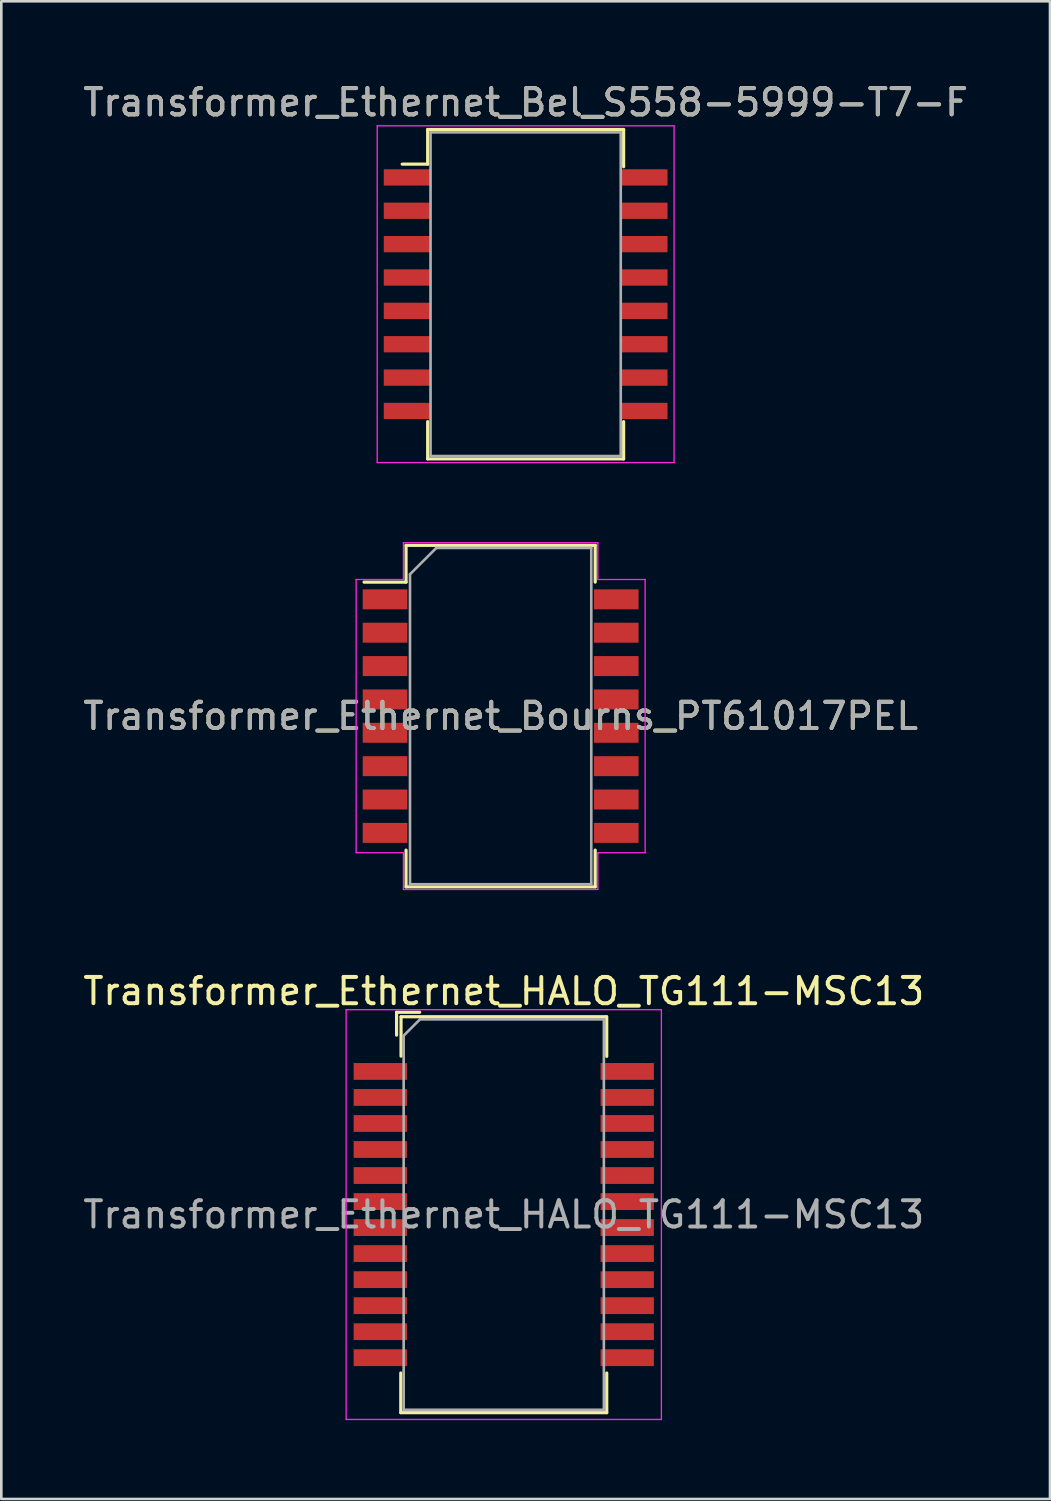
<source format=kicad_pcb>
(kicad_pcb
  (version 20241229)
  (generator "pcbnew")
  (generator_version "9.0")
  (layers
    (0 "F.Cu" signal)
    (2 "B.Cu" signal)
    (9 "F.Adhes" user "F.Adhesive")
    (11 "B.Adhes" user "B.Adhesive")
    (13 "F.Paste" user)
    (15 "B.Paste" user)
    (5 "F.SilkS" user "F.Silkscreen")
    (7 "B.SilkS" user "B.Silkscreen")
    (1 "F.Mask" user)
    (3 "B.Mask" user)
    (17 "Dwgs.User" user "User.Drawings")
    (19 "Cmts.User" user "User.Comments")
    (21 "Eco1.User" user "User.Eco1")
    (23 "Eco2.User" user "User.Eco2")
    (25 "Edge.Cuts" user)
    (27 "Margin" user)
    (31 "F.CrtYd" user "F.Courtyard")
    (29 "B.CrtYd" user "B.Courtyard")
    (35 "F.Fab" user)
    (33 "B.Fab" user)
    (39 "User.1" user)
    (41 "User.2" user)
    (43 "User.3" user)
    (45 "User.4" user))
  (footprint "Transformer_Ethernet_HALO_TG111-MSC13"
    (layer "F.Cu")
    (at 16.125 43.181)
    (property "Reference" "Transformer_Ethernet_HALO_TG111-MSC13" (at 0 -8.5 0) (layer "F.SilkS") (effects (font (size 1 1) (thickness 0.15))))
    (attr smd)
    (fp_line (start -4.08 -7.7) (end -4.08 -6.83) (stroke (width 0.12) (type solid)) (layer "F.SilkS"))
    (fp_line (start -3.92 6.03) (end -3.92 7.54) (stroke (width 0.12) (type solid)) (layer "F.SilkS"))
    (fp_line (start -3.92 7.54) (end 3.92 7.54) (stroke (width 0.12) (type solid)) (layer "F.SilkS"))
    (fp_line (start -3.91 -7.53) (end -3.91 -6.03) (stroke (width 0.12) (type solid)) (layer "F.SilkS"))
    (fp_line (start -3.91 -7.53) (end 3.91 -7.53) (stroke (width 0.12) (type solid)) (layer "F.SilkS"))
    (fp_line (start -3.2 -7.7) (end -4.08 -7.7) (stroke (width 0.12) (type solid)) (layer "F.SilkS"))
    (fp_line (start 3.92 -7.53) (end 3.92 -6.02) (stroke (width 0.12) (type solid)) (layer "F.SilkS"))
    (fp_line (start 3.92 6.03) (end 3.92 7.54) (stroke (width 0.12) (type solid)) (layer "F.SilkS"))
    (fp_line (start -6 7.8) (end -6 -7.8) (stroke (width 0.05) (type solid)) (layer "F.CrtYd"))
    (fp_line (start -6 7.8) (end 6 7.8) (stroke (width 0.05) (type solid)) (layer "F.CrtYd"))
    (fp_line (start 6 -7.8) (end -6 -7.8) (stroke (width 0.05) (type solid)) (layer "F.CrtYd"))
    (fp_line (start 6 7.8) (end 6 -7.8) (stroke (width 0.05) (type solid)) (layer "F.CrtYd"))
    (fp_line (start -3.81 7.43) (end -3.81 -6.81) (stroke (width 0.1) (type solid)) (layer "F.Fab"))
    (fp_line (start -3.81 7.43) (end 3.81 7.43) (stroke (width 0.1) (type solid)) (layer "F.Fab"))
    (fp_line (start -3.19 -7.43) (end -3.81 -6.81) (stroke (width 0.1) (type solid)) (layer "F.Fab"))
    (fp_line (start -3.19 -7.43) (end 3.81 -7.43) (stroke (width 0.1) (type solid)) (layer "F.Fab"))
    (fp_line (start 3.81 7.43) (end 3.81 -7.43) (stroke (width 0.1) (type solid)) (layer "F.Fab"))
    (fp_text user "${REFERENCE}" (at 0 0 0) (layer "F.Fab") (effects (font (size 1 1) (thickness 0.15))))
    (pad "1" smd rect (at -4.699 -5.448 270) (size 0.64 2.03) (layers "F.Cu" "F.Mask" "F.Paste"))
    (pad "2" smd rect (at -4.699 -4.458 270) (size 0.64 2.03) (layers "F.Cu" "F.Mask" "F.Paste"))
    (pad "3" smd rect (at -4.699 -3.467 270) (size 0.64 2.03) (layers "F.Cu" "F.Mask" "F.Paste"))
    (pad "4" smd rect (at -4.699 -2.477 270) (size 0.64 2.03) (layers "F.Cu" "F.Mask" "F.Paste"))
    (pad "5" smd rect (at -4.699 -1.486 270) (size 0.64 2.03) (layers "F.Cu" "F.Mask" "F.Paste"))
    (pad "6" smd rect (at -4.699 -0.495 270) (size 0.64 2.03) (layers "F.Cu" "F.Mask" "F.Paste"))
    (pad "7" smd rect (at -4.699 0.495 270) (size 0.64 2.03) (layers "F.Cu" "F.Mask" "F.Paste"))
    (pad "8" smd rect (at -4.699 1.486 270) (size 0.64 2.03) (layers "F.Cu" "F.Mask" "F.Paste"))
    (pad "9" smd rect (at -4.699 2.477 270) (size 0.64 2.03) (layers "F.Cu" "F.Mask" "F.Paste"))
    (pad "10" smd rect (at -4.699 3.467 270) (size 0.64 2.03) (layers "F.Cu" "F.Mask" "F.Paste"))
    (pad "11" smd rect (at -4.699 4.458 270) (size 0.64 2.03) (layers "F.Cu" "F.Mask" "F.Paste"))
    (pad "12" smd rect (at -4.699 5.448 270) (size 0.64 2.03) (layers "F.Cu" "F.Mask" "F.Paste"))
    (pad "13" smd rect (at 4.699 5.448 270) (size 0.64 2.03) (layers "F.Cu" "F.Mask" "F.Paste"))
    (pad "14" smd rect (at 4.699 4.458 270) (size 0.64 2.03) (layers "F.Cu" "F.Mask" "F.Paste"))
    (pad "15" smd rect (at 4.699 3.467 270) (size 0.64 2.03) (layers "F.Cu" "F.Mask" "F.Paste"))
    (pad "16" smd rect (at 4.699 2.477 270) (size 0.64 2.03) (layers "F.Cu" "F.Mask" "F.Paste"))
    (pad "17" smd rect (at 4.699 1.486 270) (size 0.64 2.03) (layers "F.Cu" "F.Mask" "F.Paste"))
    (pad "18" smd rect (at 4.699 0.495 270) (size 0.64 2.03) (layers "F.Cu" "F.Mask" "F.Paste"))
    (pad "19" smd rect (at 4.699 -0.495 270) (size 0.64 2.03) (layers "F.Cu" "F.Mask" "F.Paste"))
    (pad "20" smd rect (at 4.699 -1.486 270) (size 0.64 2.03) (layers "F.Cu" "F.Mask" "F.Paste"))
    (pad "21" smd rect (at 4.699 -2.477 270) (size 0.64 2.03) (layers "F.Cu" "F.Mask" "F.Paste"))
    (pad "22" smd rect (at 4.699 -3.467 270) (size 0.64 2.03) (layers "F.Cu" "F.Mask" "F.Paste"))
    (pad "23" smd rect (at 4.699 -4.458 270) (size 0.64 2.03) (layers "F.Cu" "F.Mask" "F.Paste"))
    (pad "24" smd rect (at 4.699 -5.448 270) (size 0.64 2.03) (layers "F.Cu" "F.Mask" "F.Paste")))
  (footprint "Transformer_Ethernet_Bel_S558-5999-T7-F"
    (layer "F.Cu")
    (at 16.958 8.148)
    (property "Reference" "Transformer_Ethernet_Bel_S558-5999-T7-F" (at 0 -7.3 0) (layer "F.SilkS") (effects (font (size 1 1) (thickness 0.15))))
    (attr smd)
    (fp_line (start -4.7 -4.95) (end -3.73 -4.95) (stroke (width 0.12) (type solid)) (layer "F.SilkS"))
    (fp_line (start -3.73 -6.27) (end -3.73 -4.95) (stroke (width 0.12) (type solid)) (layer "F.SilkS"))
    (fp_line (start -3.73 -6.27) (end 3.73 -6.27) (stroke (width 0.12) (type solid)) (layer "F.SilkS"))
    (fp_line (start -3.73 6.27) (end -3.73 4.85) (stroke (width 0.12) (type solid)) (layer "F.SilkS"))
    (fp_line (start -3.73 6.27) (end 3.73 6.27) (stroke (width 0.12) (type solid)) (layer "F.SilkS"))
    (fp_line (start 3.73 -6.27) (end 3.73 -4.85) (stroke (width 0.12) (type solid)) (layer "F.SilkS"))
    (fp_line (start 3.73 6.27) (end 3.73 4.85) (stroke (width 0.12) (type solid)) (layer "F.SilkS"))
    (fp_line (start -5.65 -6.41) (end -5.65 6.41) (stroke (width 0.05) (type solid)) (layer "F.CrtYd"))
    (fp_line (start -5.65 -6.41) (end 5.65 -6.41) (stroke (width 0.05) (type solid)) (layer "F.CrtYd"))
    (fp_line (start -5.65 6.41) (end 5.65 6.41) (stroke (width 0.05) (type solid)) (layer "F.CrtYd"))
    (fp_line (start 5.65 -6.41) (end 5.65 6.41) (stroke (width 0.05) (type solid)) (layer "F.CrtYd"))
    (fp_line (start -3.62 -6.16) (end -3.62 6.16) (stroke (width 0.1) (type solid)) (layer "F.Fab"))
    (fp_line (start -3.62 -6.16) (end 3.62 -6.16) (stroke (width 0.1) (type solid)) (layer "F.Fab"))
    (fp_line (start -3.62 6.16) (end 3.62 6.16) (stroke (width 0.1) (type solid)) (layer "F.Fab"))
    (fp_line (start 3.62 -6.16) (end 3.62 6.16) (stroke (width 0.1) (type solid)) (layer "F.Fab"))
    (fp_text user "${REFERENCE}" (at 0 -7.3 0) (layer "F.Fab") (effects (font (size 1 1) (thickness 0.15))))
    (pad "1" smd rect (at -4.51 -4.445) (size 1.78 0.62) (layers "F.Cu" "F.Mask" "F.Paste"))
    (pad "2" smd rect (at -4.51 -3.175) (size 1.78 0.62) (layers "F.Cu" "F.Mask" "F.Paste"))
    (pad "3" smd rect (at -4.51 -1.905) (size 1.78 0.62) (layers "F.Cu" "F.Mask" "F.Paste"))
    (pad "4" smd rect (at -4.51 -0.635) (size 1.78 0.62) (layers "F.Cu" "F.Mask" "F.Paste"))
    (pad "5" smd rect (at -4.51 0.635) (size 1.78 0.62) (layers "F.Cu" "F.Mask" "F.Paste"))
    (pad "6" smd rect (at -4.51 1.905) (size 1.78 0.62) (layers "F.Cu" "F.Mask" "F.Paste"))
    (pad "7" smd rect (at -4.51 3.175) (size 1.78 0.62) (layers "F.Cu" "F.Mask" "F.Paste"))
    (pad "8" smd rect (at -4.51 4.445) (size 1.78 0.62) (layers "F.Cu" "F.Mask" "F.Paste"))
    (pad "9" smd rect (at 4.51 4.445) (size 1.78 0.62) (layers "F.Cu" "F.Mask" "F.Paste"))
    (pad "10" smd rect (at 4.51 3.175) (size 1.78 0.62) (layers "F.Cu" "F.Mask" "F.Paste"))
    (pad "11" smd rect (at 4.51 1.905) (size 1.78 0.62) (layers "F.Cu" "F.Mask" "F.Paste"))
    (pad "12" smd rect (at 4.51 0.635) (size 1.78 0.62) (layers "F.Cu" "F.Mask" "F.Paste"))
    (pad "13" smd rect (at 4.51 -0.635) (size 1.78 0.62) (layers "F.Cu" "F.Mask" "F.Paste"))
    (pad "14" smd rect (at 4.51 -1.905) (size 1.78 0.62) (layers "F.Cu" "F.Mask" "F.Paste"))
    (pad "15" smd rect (at 4.51 -3.175) (size 1.78 0.62) (layers "F.Cu" "F.Mask" "F.Paste"))
    (pad "16" smd rect (at 4.51 -4.445) (size 1.78 0.62) (layers "F.Cu" "F.Mask" "F.Paste")))
  (footprint "Transformer_Ethernet_Bourns_PT61017PEL"
    (layer "F.Cu")
    (at 16.006 24.208)
    (property "Reference" "Transformer_Ethernet_Bourns_PT61017PEL" (at 0 0 0) (layer "F.SilkS") (effects (font (size 1 1) (thickness 0.15))))
    (attr smd)
    (fp_line (start -5.2 -5.1) (end -3.6 -5.1) (stroke (width 0.12) (type solid)) (layer "F.SilkS"))
    (fp_line (start -3.6 -6.5) (end 3.6 -6.5) (stroke (width 0.12) (type solid)) (layer "F.SilkS"))
    (fp_line (start -3.6 -5.1) (end -3.6 -6.5) (stroke (width 0.12) (type solid)) (layer "F.SilkS"))
    (fp_line (start -3.6 5.1) (end -3.6 6.5) (stroke (width 0.12) (type solid)) (layer "F.SilkS"))
    (fp_line (start -3.6 6.5) (end 3.6 6.5) (stroke (width 0.12) (type solid)) (layer "F.SilkS"))
    (fp_line (start 3.6 -6.5) (end 3.6 -5.1) (stroke (width 0.12) (type solid)) (layer "F.SilkS"))
    (fp_line (start 3.6 6.5) (end 3.6 5.1) (stroke (width 0.12) (type solid)) (layer "F.SilkS"))
    (fp_line (start -5.5 -5.2) (end -5.5 5.2) (stroke (width 0.05) (type solid)) (layer "F.CrtYd"))
    (fp_line (start -5.5 5.2) (end -3.7 5.2) (stroke (width 0.05) (type solid)) (layer "F.CrtYd"))
    (fp_line (start -3.7 -6.6) (end 3.7 -6.6) (stroke (width 0.05) (type solid)) (layer "F.CrtYd"))
    (fp_line (start -3.7 -5.2) (end -5.5 -5.2) (stroke (width 0.05) (type solid)) (layer "F.CrtYd"))
    (fp_line (start -3.7 -5.2) (end -3.7 -6.6) (stroke (width 0.05) (type solid)) (layer "F.CrtYd"))
    (fp_line (start -3.7 5.2) (end -3.7 6.6) (stroke (width 0.05) (type solid)) (layer "F.CrtYd"))
    (fp_line (start -3.7 6.6) (end 3.7 6.6) (stroke (width 0.05) (type solid)) (layer "F.CrtYd"))
    (fp_line (start 3.7 -5.2) (end 3.7 -6.6) (stroke (width 0.05) (type solid)) (layer "F.CrtYd"))
    (fp_line (start 3.7 5.2) (end 5.5 5.2) (stroke (width 0.05) (type solid)) (layer "F.CrtYd"))
    (fp_line (start 3.7 6.6) (end 3.7 5.2) (stroke (width 0.05) (type solid)) (layer "F.CrtYd"))
    (fp_line (start 5.5 -5.2) (end 3.7 -5.2) (stroke (width 0.05) (type solid)) (layer "F.CrtYd"))
    (fp_line (start 5.5 5.2) (end 5.5 -5.2) (stroke (width 0.05) (type solid)) (layer "F.CrtYd"))
    (fp_line (start -3.45 -5.4) (end -3.45 6.4) (stroke (width 0.1) (type solid)) (layer "F.Fab"))
    (fp_line (start -3.45 6.4) (end 3.45 6.4) (stroke (width 0.1) (type solid)) (layer "F.Fab"))
    (fp_line (start -2.45 -6.4) (end -3.45 -5.4) (stroke (width 0.1) (type solid)) (layer "F.Fab"))
    (fp_line (start 3.45 -6.4) (end -2.45 -6.4) (stroke (width 0.1) (type solid)) (layer "F.Fab"))
    (fp_line (start 3.45 6.4) (end 3.45 -6.4) (stroke (width 0.1) (type solid)) (layer "F.Fab"))
    (fp_text user "${REFERENCE}" (at 0 0 0) (layer "F.Fab") (effects (font (size 1 1) (thickness 0.15))))
    (pad "1" smd rect (at -4.4 -4.445) (size 1.7 0.76) (layers "F.Cu" "F.Mask" "F.Paste"))
    (pad "2" smd rect (at -4.4 -3.175) (size 1.7 0.76) (layers "F.Cu" "F.Mask" "F.Paste"))
    (pad "3" smd rect (at -4.4 -1.905) (size 1.7 0.76) (layers "F.Cu" "F.Mask" "F.Paste"))
    (pad "4" smd rect (at -4.4 -0.635) (size 1.7 0.76) (layers "F.Cu" "F.Mask" "F.Paste"))
    (pad "5" smd rect (at -4.4 0.635) (size 1.7 0.76) (layers "F.Cu" "F.Mask" "F.Paste"))
    (pad "6" smd rect (at -4.4 1.905) (size 1.7 0.76) (layers "F.Cu" "F.Mask" "F.Paste"))
    (pad "7" smd rect (at -4.4 3.175) (size 1.7 0.76) (layers "F.Cu" "F.Mask" "F.Paste"))
    (pad "8" smd rect (at -4.4 4.445) (size 1.7 0.76) (layers "F.Cu" "F.Mask" "F.Paste"))
    (pad "9" smd rect (at 4.4 4.445) (size 1.7 0.76) (layers "F.Cu" "F.Mask" "F.Paste"))
    (pad "10" smd rect (at 4.4 3.175) (size 1.7 0.76) (layers "F.Cu" "F.Mask" "F.Paste"))
    (pad "11" smd rect (at 4.4 1.905) (size 1.7 0.76) (layers "F.Cu" "F.Mask" "F.Paste"))
    (pad "12" smd rect (at 4.4 0.635) (size 1.7 0.76) (layers "F.Cu" "F.Mask" "F.Paste"))
    (pad "13" smd rect (at 4.4 -0.635) (size 1.7 0.76) (layers "F.Cu" "F.Mask" "F.Paste"))
    (pad "14" smd rect (at 4.4 -1.905) (size 1.7 0.76) (layers "F.Cu" "F.Mask" "F.Paste"))
    (pad "15" smd rect (at 4.4 -3.175) (size 1.7 0.76) (layers "F.Cu" "F.Mask" "F.Paste"))
    (pad "16" smd rect (at 4.4 -4.445) (size 1.7 0.76) (layers "F.Cu" "F.Mask" "F.Paste")))
  (gr_rect
    (start -3 -3)
    (end 36.917 54.007)
    (stroke (width 0.1) (type default))
    (fill no)
    (layer "Edge.Cuts")))
</source>
